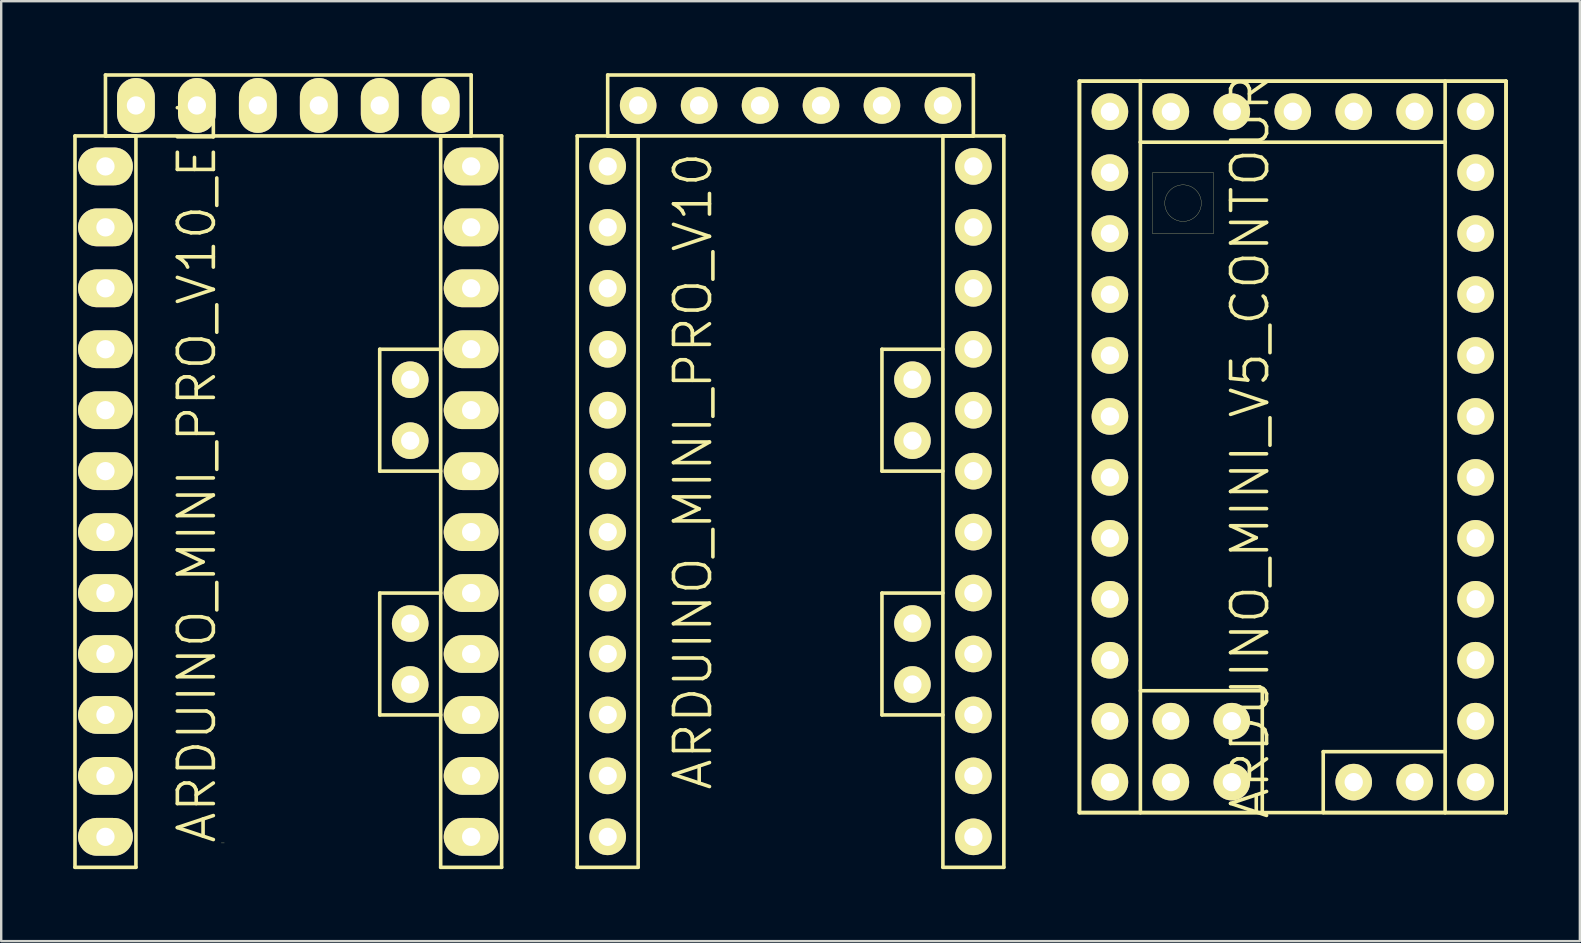
<source format=kicad_pcb>
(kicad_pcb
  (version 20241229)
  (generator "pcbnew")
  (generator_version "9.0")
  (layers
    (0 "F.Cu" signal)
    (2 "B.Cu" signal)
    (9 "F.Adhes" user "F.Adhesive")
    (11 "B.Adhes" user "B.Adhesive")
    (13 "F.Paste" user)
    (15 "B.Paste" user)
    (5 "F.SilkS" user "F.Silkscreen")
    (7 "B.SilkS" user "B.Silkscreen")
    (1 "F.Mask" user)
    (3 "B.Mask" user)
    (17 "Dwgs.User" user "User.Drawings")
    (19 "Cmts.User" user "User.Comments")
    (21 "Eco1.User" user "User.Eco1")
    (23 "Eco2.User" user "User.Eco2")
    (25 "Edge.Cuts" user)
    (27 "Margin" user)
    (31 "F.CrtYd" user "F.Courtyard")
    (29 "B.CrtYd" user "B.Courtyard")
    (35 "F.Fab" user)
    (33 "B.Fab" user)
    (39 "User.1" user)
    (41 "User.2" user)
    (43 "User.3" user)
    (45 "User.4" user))
  (footprint "ARDUINO_MINI_PRO_V10"
    (layer "F.Cu")
    (at 29.895 16.585)
    (property "Reference" "ARDUINO_MINI_PRO_V10" (at -4.064 0 90) (layer "F.SilkS") (effects (font (size 1.5 1.5) (thickness 0.15))))
    (attr through_hole)
    (fp_line (start -8.89 -13.97) (end -6.35 -13.97) (stroke (width 0.15) (type solid)) (layer "F.SilkS"))
    (fp_line (start -8.89 16.51) (end -8.89 -13.97) (stroke (width 0.15) (type solid)) (layer "F.SilkS"))
    (fp_line (start -7.62 -16.51) (end 7.62 -16.51) (stroke (width 0.15) (type solid)) (layer "F.SilkS"))
    (fp_line (start -7.62 -13.97) (end -7.62 -16.51) (stroke (width 0.15) (type solid)) (layer "F.SilkS"))
    (fp_line (start -6.35 -13.97) (end -6.35 16.51) (stroke (width 0.15) (type solid)) (layer "F.SilkS"))
    (fp_line (start -6.35 16.51) (end -8.89 16.51) (stroke (width 0.15) (type solid)) (layer "F.SilkS"))
    (fp_line (start 3.81 -5.08) (end 3.81 0) (stroke (width 0.15) (type solid)) (layer "F.SilkS"))
    (fp_line (start 3.81 0) (end 6.35 0) (stroke (width 0.15) (type solid)) (layer "F.SilkS"))
    (fp_line (start 3.81 5.08) (end 3.81 10.16) (stroke (width 0.15) (type solid)) (layer "F.SilkS"))
    (fp_line (start 3.81 10.16) (end 6.35 10.16) (stroke (width 0.15) (type solid)) (layer "F.SilkS"))
    (fp_line (start 6.35 -13.97) (end 6.35 16.51) (stroke (width 0.15) (type solid)) (layer "F.SilkS"))
    (fp_line (start 6.35 -5.08) (end 3.81 -5.08) (stroke (width 0.15) (type solid)) (layer "F.SilkS"))
    (fp_line (start 6.35 5.08) (end 3.81 5.08) (stroke (width 0.15) (type solid)) (layer "F.SilkS"))
    (fp_line (start 6.35 16.51) (end 8.89 16.51) (stroke (width 0.15) (type solid)) (layer "F.SilkS"))
    (fp_line (start 7.62 -16.51) (end 7.62 -13.97) (stroke (width 0.15) (type solid)) (layer "F.SilkS"))
    (fp_line (start 7.62 -13.97) (end -7.62 -13.97) (stroke (width 0.15) (type solid)) (layer "F.SilkS"))
    (fp_line (start 8.89 -13.97) (end 6.35 -13.97) (stroke (width 0.15) (type solid)) (layer "F.SilkS"))
    (fp_line (start 8.89 16.51) (end 8.89 -13.97) (stroke (width 0.15) (type solid)) (layer "F.SilkS"))
    (pad "2" thru_hole circle (at -7.62 -2.54) (size 1.524 1.524) (drill 0.762) (layers "*.Cu" "*.Mask" "F.SilkS"))
    (pad "3" thru_hole circle (at -7.62 0) (size 1.524 1.524) (drill 0.762) (layers "*.Cu" "*.Mask" "F.SilkS"))
    (pad "4" thru_hole circle (at -7.62 2.54) (size 1.524 1.524) (drill 0.762) (layers "*.Cu" "*.Mask" "F.SilkS"))
    (pad "5" thru_hole circle (at -7.62 5.08) (size 1.524 1.524) (drill 0.762) (layers "*.Cu" "*.Mask" "F.SilkS"))
    (pad "6" thru_hole circle (at -7.62 7.62) (size 1.524 1.524) (drill 0.762) (layers "*.Cu" "*.Mask" "F.SilkS"))
    (pad "7" thru_hole circle (at -7.62 10.16) (size 1.524 1.524) (drill 0.762) (layers "*.Cu" "*.Mask" "F.SilkS"))
    (pad "8" thru_hole circle (at -7.62 12.7) (size 1.524 1.524) (drill 0.762) (layers "*.Cu" "*.Mask" "F.SilkS"))
    (pad "9" thru_hole circle (at -7.62 15.24) (size 1.524 1.524) (drill 0.762) (layers "*.Cu" "*.Mask" "F.SilkS"))
    (pad "10" thru_hole circle (at 7.62 15.24) (size 1.524 1.524) (drill 0.762) (layers "*.Cu" "*.Mask" "F.SilkS"))
    (pad "11" thru_hole circle (at 7.62 12.7) (size 1.524 1.524) (drill 0.762) (layers "*.Cu" "*.Mask" "F.SilkS"))
    (pad "12" thru_hole circle (at 7.62 10.16) (size 1.524 1.524) (drill 0.762) (layers "*.Cu" "*.Mask" "F.SilkS"))
    (pad "13" thru_hole circle (at 7.62 7.62) (size 1.524 1.524) (drill 0.762) (layers "*.Cu" "*.Mask" "F.SilkS"))
    (pad "A0" thru_hole circle (at 7.62 5.08) (size 1.524 1.524) (drill 0.762) (layers "*.Cu" "*.Mask" "F.SilkS"))
    (pad "A1" thru_hole circle (at 7.62 2.54) (size 1.524 1.524) (drill 0.762) (layers "*.Cu" "*.Mask" "F.SilkS"))
    (pad "A2" thru_hole circle (at 7.62 0) (size 1.524 1.524) (drill 0.762) (layers "*.Cu" "*.Mask" "F.SilkS"))
    (pad "A3" thru_hole circle (at 7.62 -2.54) (size 1.524 1.524) (drill 0.762) (layers "*.Cu" "*.Mask" "F.SilkS"))
    (pad "A4" thru_hole circle (at 5.08 -1.27) (size 1.524 1.524) (drill 0.762) (layers "*.Cu" "*.Mask" "F.SilkS"))
    (pad "A5" thru_hole circle (at 5.08 -3.81) (size 1.524 1.524) (drill 0.762) (layers "*.Cu" "*.Mask" "F.SilkS"))
    (pad "A6" thru_hole circle (at 5.08 8.89) (size 1.524 1.524) (drill 0.762) (layers "*.Cu" "*.Mask" "F.SilkS"))
    (pad "A7" thru_hole circle (at 5.08 6.35) (size 1.524 1.524) (drill 0.762) (layers "*.Cu" "*.Mask" "F.SilkS"))
    (pad "BLK" thru_hole circle (at 6.35 -15.24) (size 1.524 1.524) (drill 0.762) (layers "*.Cu" "*.Mask" "F.SilkS"))
    (pad "GND1" thru_hole circle (at 3.81 -15.24) (size 1.524 1.524) (drill 0.762) (layers "*.Cu" "*.Mask" "F.SilkS"))
    (pad "GND2" thru_hole circle (at -7.62 -5.08) (size 1.524 1.524) (drill 0.762) (layers "*.Cu" "*.Mask" "F.SilkS"))
    (pad "GND3" thru_hole circle (at 7.62 -10.16) (size 1.524 1.524) (drill 0.762) (layers "*.Cu" "*.Mask" "F.SilkS"))
    (pad "GRN" thru_hole circle (at -6.35 -15.24) (size 1.524 1.524) (drill 0.762) (layers "*.Cu" "*.Mask" "F.SilkS"))
    (pad "RAW" thru_hole circle (at 7.62 -12.7) (size 1.524 1.524) (drill 0.762) (layers "*.Cu" "*.Mask" "F.SilkS"))
    (pad "RST1" thru_hole circle (at -7.62 -7.62) (size 1.524 1.524) (drill 0.762) (layers "*.Cu" "*.Mask" "F.SilkS"))
    (pad "RST2" thru_hole circle (at 7.62 -7.62) (size 1.524 1.524) (drill 0.762) (layers "*.Cu" "*.Mask" "F.SilkS"))
    (pad "RX/1" thru_hole circle (at -1.27 -15.24) (size 1.524 1.524) (drill 0.762) (layers "*.Cu" "*.Mask" "F.SilkS"))
    (pad "RX/2" thru_hole circle (at -7.62 -10.16) (size 1.524 1.524) (drill 0.762) (layers "*.Cu" "*.Mask" "F.SilkS"))
    (pad "TX/1" thru_hole circle (at -3.81 -15.24) (size 1.524 1.524) (drill 0.762) (layers "*.Cu" "*.Mask" "F.SilkS"))
    (pad "TX/2" thru_hole circle (at -7.62 -12.7) (size 1.524 1.524) (drill 0.762) (layers "*.Cu" "*.Mask" "F.SilkS"))
    (pad "VCC1" thru_hole circle (at 1.27 -15.24) (size 1.524 1.524) (drill 0.762) (layers "*.Cu" "*.Mask" "F.SilkS"))
    (pad "VCC2" thru_hole circle (at 7.62 -5.08) (size 1.524 1.524) (drill 0.762) (layers "*.Cu" "*.Mask" "F.SilkS")))
  (footprint "ARDUINO_MINI_PRO_V10_ELL"
    (layer "F.Cu")
    (at 8.965 16.585)
    (property "Reference" "ARDUINO_MINI_PRO_V10_ELL" (at -3.81 -0.254 90) (layer "F.SilkS") (effects (font (size 1.5 1.5) (thickness 0.15))))
    (attr through_hole)
    (fp_line (start -8.89 -13.97) (end -6.35 -13.97) (stroke (width 0.15) (type solid)) (layer "F.SilkS"))
    (fp_line (start -8.89 16.51) (end -8.89 -13.97) (stroke (width 0.15) (type solid)) (layer "F.SilkS"))
    (fp_line (start -7.62 -16.51) (end 7.62 -16.51) (stroke (width 0.15) (type solid)) (layer "F.SilkS"))
    (fp_line (start -7.62 -13.97) (end -7.62 -16.51) (stroke (width 0.15) (type solid)) (layer "F.SilkS"))
    (fp_line (start -6.35 -13.97) (end -6.35 16.51) (stroke (width 0.15) (type solid)) (layer "F.SilkS"))
    (fp_line (start -6.35 16.51) (end -8.89 16.51) (stroke (width 0.15) (type solid)) (layer "F.SilkS"))
    (fp_line (start -2.667 15.494) (end -2.794 15.494) (stroke (width 0.01) (type solid)) (layer "F.SilkS"))
    (fp_line (start 3.81 -5.08) (end 3.81 0) (stroke (width 0.15) (type solid)) (layer "F.SilkS"))
    (fp_line (start 3.81 0) (end 6.35 0) (stroke (width 0.15) (type solid)) (layer "F.SilkS"))
    (fp_line (start 3.81 5.08) (end 3.81 10.16) (stroke (width 0.15) (type solid)) (layer "F.SilkS"))
    (fp_line (start 3.81 10.16) (end 6.35 10.16) (stroke (width 0.15) (type solid)) (layer "F.SilkS"))
    (fp_line (start 6.35 -13.97) (end 6.35 16.51) (stroke (width 0.15) (type solid)) (layer "F.SilkS"))
    (fp_line (start 6.35 -5.08) (end 3.81 -5.08) (stroke (width 0.15) (type solid)) (layer "F.SilkS"))
    (fp_line (start 6.35 5.08) (end 3.81 5.08) (stroke (width 0.15) (type solid)) (layer "F.SilkS"))
    (fp_line (start 6.35 16.51) (end 8.89 16.51) (stroke (width 0.15) (type solid)) (layer "F.SilkS"))
    (fp_line (start 7.62 -16.51) (end 7.62 -13.97) (stroke (width 0.15) (type solid)) (layer "F.SilkS"))
    (fp_line (start 7.62 -13.97) (end -7.62 -13.97) (stroke (width 0.15) (type solid)) (layer "F.SilkS"))
    (fp_line (start 8.89 -13.97) (end 6.35 -13.97) (stroke (width 0.15) (type solid)) (layer "F.SilkS"))
    (fp_line (start 8.89 16.51) (end 8.89 -13.97) (stroke (width 0.15) (type solid)) (layer "F.SilkS"))
    (pad "2" thru_hole oval (at -7.62 -2.54) (size 2.286 1.575) (drill 0.762) (layers "*.Cu" "*.Mask" "F.SilkS"))
    (pad "3" thru_hole oval (at -7.62 0) (size 2.286 1.575) (drill 0.762) (layers "*.Cu" "*.Mask" "F.SilkS"))
    (pad "4" thru_hole oval (at -7.62 2.54) (size 2.286 1.575) (drill 0.762) (layers "*.Cu" "*.Mask" "F.SilkS"))
    (pad "5" thru_hole oval (at -7.62 5.08) (size 2.286 1.575) (drill 0.762) (layers "*.Cu" "*.Mask" "F.SilkS"))
    (pad "6" thru_hole oval (at -7.62 7.62) (size 2.286 1.575) (drill 0.762) (layers "*.Cu" "*.Mask" "F.SilkS"))
    (pad "7" thru_hole oval (at -7.62 10.16) (size 2.286 1.575) (drill 0.762) (layers "*.Cu" "*.Mask" "F.SilkS"))
    (pad "8" thru_hole oval (at -7.62 12.7) (size 2.286 1.575) (drill 0.762) (layers "*.Cu" "*.Mask" "F.SilkS"))
    (pad "9" thru_hole oval (at -7.62 15.24) (size 2.286 1.575) (drill 0.762) (layers "*.Cu" "*.Mask" "F.SilkS"))
    (pad "10" thru_hole oval (at 7.62 15.24) (size 2.286 1.575) (drill 0.762) (layers "*.Cu" "*.Mask" "F.SilkS"))
    (pad "11" thru_hole oval (at 7.62 12.7) (size 2.286 1.575) (drill 0.762) (layers "*.Cu" "*.Mask" "F.SilkS"))
    (pad "12" thru_hole oval (at 7.62 10.16) (size 2.286 1.575) (drill 0.762) (layers "*.Cu" "*.Mask" "F.SilkS"))
    (pad "13" thru_hole oval (at 7.62 7.62) (size 2.286 1.575) (drill 0.762) (layers "*.Cu" "*.Mask" "F.SilkS"))
    (pad "A0" thru_hole oval (at 7.62 5.08) (size 2.286 1.575) (drill 0.762) (layers "*.Cu" "*.Mask" "F.SilkS"))
    (pad "A1" thru_hole oval (at 7.62 2.54) (size 2.286 1.575) (drill 0.762) (layers "*.Cu" "*.Mask" "F.SilkS"))
    (pad "A2" thru_hole oval (at 7.62 0) (size 2.286 1.575) (drill 0.762) (layers "*.Cu" "*.Mask" "F.SilkS"))
    (pad "A3" thru_hole oval (at 7.62 -2.54) (size 2.286 1.575) (drill 0.762) (layers "*.Cu" "*.Mask" "F.SilkS"))
    (pad "A4" thru_hole circle (at 5.08 -1.27) (size 1.524 1.524) (drill 0.762) (layers "*.Cu" "*.Mask" "F.SilkS"))
    (pad "A5" thru_hole circle (at 5.08 -3.81) (size 1.524 1.524) (drill 0.762) (layers "*.Cu" "*.Mask" "F.SilkS"))
    (pad "A6" thru_hole circle (at 5.08 8.89) (size 1.524 1.524) (drill 0.762) (layers "*.Cu" "*.Mask" "F.SilkS"))
    (pad "A7" thru_hole circle (at 5.08 6.35) (size 1.524 1.524) (drill 0.762) (layers "*.Cu" "*.Mask" "F.SilkS"))
    (pad "BLK" thru_hole oval (at 6.35 -15.24) (size 1.575 2.286) (drill 0.762) (layers "*.Cu" "*.Mask" "F.SilkS"))
    (pad "GND1" thru_hole oval (at 3.81 -15.24) (size 1.575 2.286) (drill 0.762) (layers "*.Cu" "*.Mask" "F.SilkS"))
    (pad "GND2" thru_hole oval (at -7.62 -5.08) (size 2.286 1.575) (drill 0.762) (layers "*.Cu" "*.Mask" "F.SilkS"))
    (pad "GND3" thru_hole oval (at 7.62 -10.16) (size 2.286 1.575) (drill 0.762) (layers "*.Cu" "*.Mask" "F.SilkS"))
    (pad "GRN" thru_hole oval (at -6.35 -15.24) (size 1.575 2.286) (drill 0.762) (layers "*.Cu" "*.Mask" "F.SilkS"))
    (pad "RAW" thru_hole oval (at 7.62 -12.7) (size 2.286 1.575) (drill 0.762) (layers "*.Cu" "*.Mask" "F.SilkS"))
    (pad "RST1" thru_hole oval (at -7.62 -7.62) (size 2.286 1.575) (drill 0.762) (layers "*.Cu" "*.Mask" "F.SilkS"))
    (pad "RST2" thru_hole oval (at 7.62 -7.62) (size 2.286 1.575) (drill 0.762) (layers "*.Cu" "*.Mask" "F.SilkS"))
    (pad "RX/1" thru_hole oval (at -1.27 -15.24) (size 1.575 2.286) (drill 0.762) (layers "*.Cu" "*.Mask" "F.SilkS"))
    (pad "RX/2" thru_hole oval (at -7.62 -10.16) (size 2.286 1.575) (drill 0.762) (layers "*.Cu" "*.Mask" "F.SilkS"))
    (pad "TX/1" thru_hole oval (at -3.81 -15.24) (size 1.575 2.286) (drill 0.762) (layers "*.Cu" "*.Mask" "F.SilkS"))
    (pad "TX/2" thru_hole oval (at -7.62 -12.7) (size 2.286 1.575) (drill 0.762) (layers "*.Cu" "*.Mask" "F.SilkS"))
    (pad "VCC1" thru_hole oval (at 1.27 -15.24) (size 1.575 2.286) (drill 0.762) (layers "*.Cu" "*.Mask" "F.SilkS"))
    (pad "VCC2" thru_hole oval (at 7.62 -5.08) (size 2.286 1.575) (drill 0.762) (layers "*.Cu" "*.Mask" "F.SilkS")))
  (footprint "ARDUINO_MINI_V5_CONTOUR"
    (layer "F.Cu")
    (at 50.825 15.575)
    (property "Reference" "ARDUINO_MINI_V5_CONTOUR" (at -1.778 0 90) (layer "F.SilkS") (effects (font (size 1.5 1.5) (thickness 0.15))))
    (attr through_hole)
    (fp_line (start -8.89 -15.24) (end -8.89 15.24) (stroke (width 0.15) (type solid)) (layer "F.SilkS"))
    (fp_line (start -8.89 -15.24) (end -6.35 -15.24) (stroke (width 0.15) (type solid)) (layer "F.SilkS"))
    (fp_line (start -8.89 15.24) (end -8.89 -15.24) (stroke (width 0.15) (type solid)) (layer "F.SilkS"))
    (fp_line (start -8.89 15.24) (end 8.89 15.24) (stroke (width 0.15) (type solid)) (layer "F.SilkS"))
    (fp_line (start -6.35 -15.24) (end -6.35 -12.7) (stroke (width 0.15) (type solid)) (layer "F.SilkS"))
    (fp_line (start -6.35 -15.24) (end 6.35 -15.24) (stroke (width 0.15) (type solid)) (layer "F.SilkS"))
    (fp_line (start -6.35 -12.7) (end -6.35 15.24) (stroke (width 0.15) (type solid)) (layer "F.SilkS"))
    (fp_line (start -6.35 10.16) (end -1.27 10.16) (stroke (width 0.15) (type solid)) (layer "F.SilkS"))
    (fp_line (start -6.35 15.24) (end -8.89 15.24) (stroke (width 0.15) (type solid)) (layer "F.SilkS"))
    (fp_line (start -5.842 -11.43) (end -3.302 -11.43) (stroke (width 0.01) (type solid)) (layer "F.SilkS"))
    (fp_line (start -5.842 -8.89) (end -5.842 -11.43) (stroke (width 0.01) (type solid)) (layer "F.SilkS"))
    (fp_line (start -3.302 -11.43) (end -3.302 -8.89) (stroke (width 0.01) (type solid)) (layer "F.SilkS"))
    (fp_line (start -3.302 -8.89) (end -5.842 -8.89) (stroke (width 0.01) (type solid)) (layer "F.SilkS"))
    (fp_line (start -1.27 10.16) (end -1.27 15.24) (stroke (width 0.15) (type solid)) (layer "F.SilkS"))
    (fp_line (start -1.27 15.24) (end -6.35 15.24) (stroke (width 0.15) (type solid)) (layer "F.SilkS"))
    (fp_line (start 1.27 12.7) (end 1.27 15.24) (stroke (width 0.15) (type solid)) (layer "F.SilkS"))
    (fp_line (start 1.27 15.24) (end 6.35 15.24) (stroke (width 0.15) (type solid)) (layer "F.SilkS"))
    (fp_line (start 6.35 -15.24) (end 6.35 -12.7) (stroke (width 0.15) (type solid)) (layer "F.SilkS"))
    (fp_line (start 6.35 -15.24) (end 8.89 -15.24) (stroke (width 0.15) (type solid)) (layer "F.SilkS"))
    (fp_line (start 6.35 -12.7) (end -6.35 -12.7) (stroke (width 0.15) (type solid)) (layer "F.SilkS"))
    (fp_line (start 6.35 12.7) (end 1.27 12.7) (stroke (width 0.15) (type solid)) (layer "F.SilkS"))
    (fp_line (start 6.35 15.24) (end 6.35 -12.7) (stroke (width 0.15) (type solid)) (layer "F.SilkS"))
    (fp_line (start 8.89 -15.24) (end -8.89 -15.24) (stroke (width 0.15) (type solid)) (layer "F.SilkS"))
    (fp_line (start 8.89 -15.24) (end 8.89 15.24) (stroke (width 0.15) (type solid)) (layer "F.SilkS"))
    (fp_line (start 8.89 15.24) (end 6.35 15.24) (stroke (width 0.15) (type solid)) (layer "F.SilkS"))
    (fp_line (start 8.89 15.24) (end 8.89 -15.24) (stroke (width 0.15) (type solid)) (layer "F.SilkS"))
    (fp_circle (center -4.572 -10.16) (end -3.81 -10.16) (stroke (width 0.01) (type solid)) (fill no) (layer "F.SilkS"))
    (pad "2" thru_hole circle (at -7.62 -3.81) (size 1.524 1.524) (drill 0.762) (layers "*.Cu" "*.Mask" "F.SilkS"))
    (pad "3" thru_hole circle (at -7.62 -1.27) (size 1.524 1.524) (drill 0.762) (layers "*.Cu" "*.Mask" "F.SilkS"))
    (pad "4" thru_hole circle (at -7.62 1.27) (size 1.524 1.524) (drill 0.762) (layers "*.Cu" "*.Mask" "F.SilkS"))
    (pad "5" thru_hole circle (at -7.62 3.81) (size 1.524 1.524) (drill 0.762) (layers "*.Cu" "*.Mask" "F.SilkS"))
    (pad "5V/1" thru_hole circle (at 2.54 -13.97) (size 1.524 1.524) (drill 0.762) (layers "*.Cu" "*.Mask" "F.SilkS"))
    (pad "5V/2" thru_hole circle (at 2.54 13.97) (size 1.524 1.524) (drill 0.762) (layers "*.Cu" "*.Mask" "F.SilkS"))
    (pad "5V/3" thru_hole circle (at 7.62 -6.35) (size 1.524 1.524) (drill 0.762) (layers "*.Cu" "*.Mask" "F.SilkS"))
    (pad "6" thru_hole circle (at -7.62 6.35) (size 1.524 1.524) (drill 0.762) (layers "*.Cu" "*.Mask" "F.SilkS"))
    (pad "7" thru_hole circle (at -7.62 8.89) (size 1.524 1.524) (drill 0.762) (layers "*.Cu" "*.Mask" "F.SilkS"))
    (pad "8" thru_hole circle (at -7.62 11.43) (size 1.524 1.524) (drill 0.762) (layers "*.Cu" "*.Mask" "F.SilkS"))
    (pad "9" thru_hole circle (at -7.62 13.97) (size 1.524 1.524) (drill 0.762) (layers "*.Cu" "*.Mask" "F.SilkS"))
    (pad "9V" thru_hole circle (at 7.62 -13.97) (size 1.524 1.524) (drill 0.762) (layers "*.Cu" "*.Mask" "F.SilkS"))
    (pad "10" thru_hole circle (at 7.62 13.97) (size 1.524 1.524) (drill 0.762) (layers "*.Cu" "*.Mask" "F.SilkS"))
    (pad "11" thru_hole circle (at 7.62 11.43) (size 1.524 1.524) (drill 0.762) (layers "*.Cu" "*.Mask" "F.SilkS"))
    (pad "12" thru_hole circle (at 7.62 8.89) (size 1.524 1.524) (drill 0.762) (layers "*.Cu" "*.Mask" "F.SilkS"))
    (pad "13" thru_hole circle (at 7.62 6.35) (size 1.524 1.524) (drill 0.762) (layers "*.Cu" "*.Mask" "F.SilkS"))
    (pad "A0" thru_hole circle (at 7.62 3.81) (size 1.524 1.524) (drill 0.762) (layers "*.Cu" "*.Mask" "F.SilkS"))
    (pad "A1" thru_hole circle (at 7.62 1.27) (size 1.524 1.524) (drill 0.762) (layers "*.Cu" "*.Mask" "F.SilkS"))
    (pad "A2" thru_hole circle (at 7.62 -1.27) (size 1.524 1.524) (drill 0.762) (layers "*.Cu" "*.Mask" "F.SilkS"))
    (pad "A3" thru_hole circle (at 7.62 -3.81) (size 1.524 1.524) (drill 0.762) (layers "*.Cu" "*.Mask" "F.SilkS"))
    (pad "A4" thru_hole circle (at -5.08 13.97) (size 1.524 1.524) (drill 0.762) (layers "*.Cu" "*.Mask" "F.SilkS"))
    (pad "A5" thru_hole circle (at -2.54 13.97) (size 1.524 1.524) (drill 0.762) (layers "*.Cu" "*.Mask" "F.SilkS"))
    (pad "A6" thru_hole circle (at -5.08 11.43) (size 1.524 1.524) (drill 0.762) (layers "*.Cu" "*.Mask" "F.SilkS"))
    (pad "A7" thru_hole circle (at -2.54 11.43) (size 1.524 1.524) (drill 0.762) (layers "*.Cu" "*.Mask" "F.SilkS"))
    (pad "GND1" thru_hole circle (at 5.08 -13.97) (size 1.524 1.524) (drill 0.762) (layers "*.Cu" "*.Mask" "F.SilkS"))
    (pad "GND2" thru_hole circle (at -7.62 -6.35) (size 1.524 1.524) (drill 0.762) (layers "*.Cu" "*.Mask" "F.SilkS"))
    (pad "GND3" thru_hole circle (at 5.08 13.97) (size 1.524 1.524) (drill 0.762) (layers "*.Cu" "*.Mask" "F.SilkS"))
    (pad "GND4" thru_hole circle (at 7.62 -11.43) (size 1.524 1.524) (drill 0.762) (layers "*.Cu" "*.Mask" "F.SilkS"))
    (pad "IO7" thru_hole circle (at -5.08 -13.97) (size 1.524 1.524) (drill 0.762) (layers "*.Cu" "*.Mask" "F.SilkS"))
    (pad "RST1" thru_hole circle (at -7.62 -8.89) (size 1.524 1.524) (drill 0.762) (layers "*.Cu" "*.Mask" "F.SilkS"))
    (pad "RST2" thru_hole circle (at 7.62 -8.89) (size 1.524 1.524) (drill 0.762) (layers "*.Cu" "*.Mask" "F.SilkS"))
    (pad "RX/1" thru_hole circle (at 0 -13.97) (size 1.524 1.524) (drill 0.762) (layers "*.Cu" "*.Mask" "F.SilkS"))
    (pad "RX/2" thru_hole circle (at -7.62 -11.43) (size 1.524 1.524) (drill 0.762) (layers "*.Cu" "*.Mask" "F.SilkS"))
    (pad "TX/1" thru_hole circle (at -2.54 -13.97) (size 1.524 1.524) (drill 0.762) (layers "*.Cu" "*.Mask" "F.SilkS"))
    (pad "TX/2" thru_hole circle (at -7.62 -13.97) (size 1.524 1.524) (drill 0.762) (layers "*.Cu" "*.Mask" "F.SilkS")))
  (gr_rect
    (start -3 -3)
    (end 62.79 36.17)
    (stroke (width 0.1) (type default))
    (fill no)
    (layer "Edge.Cuts")))
</source>
